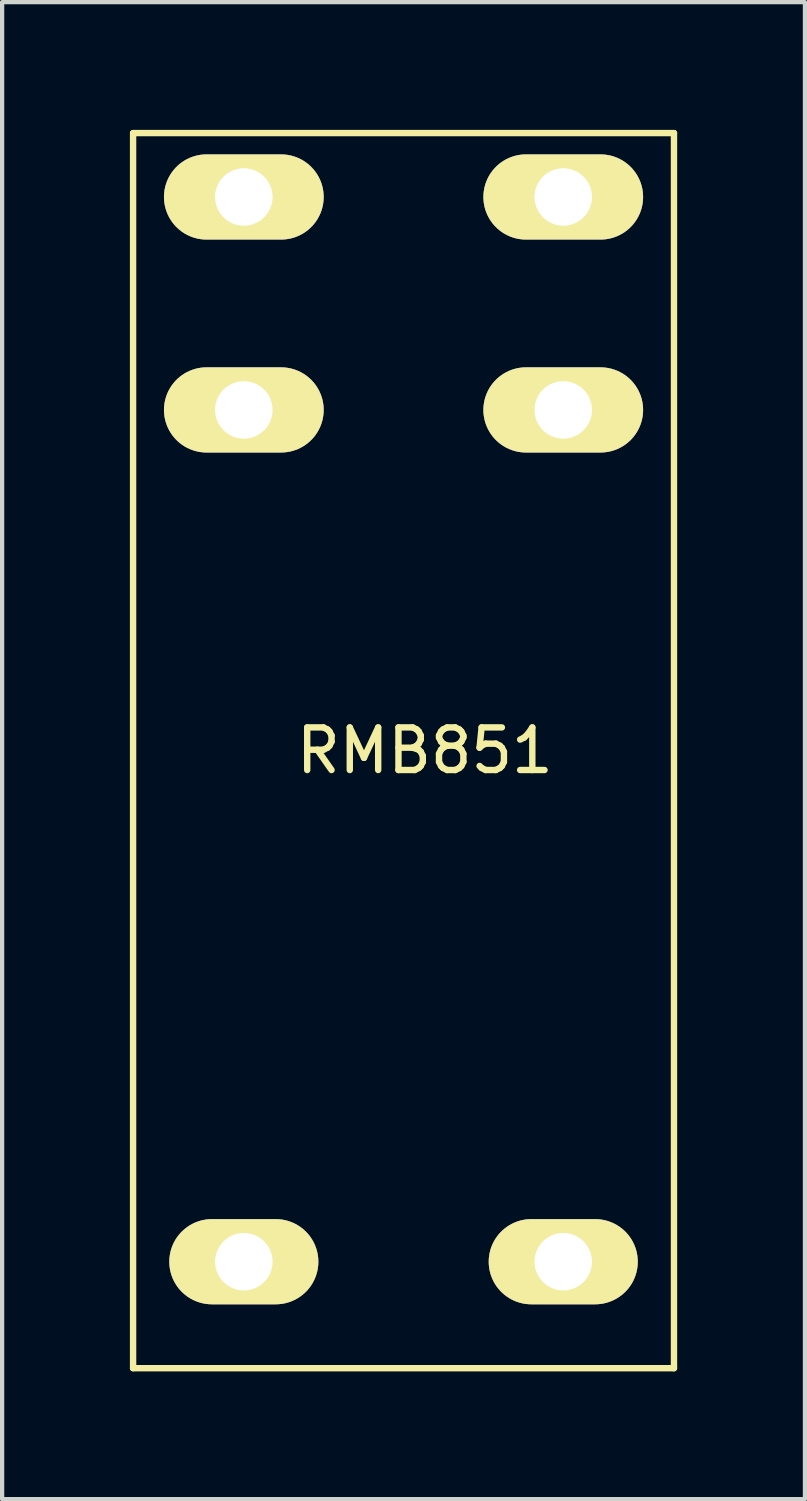
<source format=kicad_pcb>
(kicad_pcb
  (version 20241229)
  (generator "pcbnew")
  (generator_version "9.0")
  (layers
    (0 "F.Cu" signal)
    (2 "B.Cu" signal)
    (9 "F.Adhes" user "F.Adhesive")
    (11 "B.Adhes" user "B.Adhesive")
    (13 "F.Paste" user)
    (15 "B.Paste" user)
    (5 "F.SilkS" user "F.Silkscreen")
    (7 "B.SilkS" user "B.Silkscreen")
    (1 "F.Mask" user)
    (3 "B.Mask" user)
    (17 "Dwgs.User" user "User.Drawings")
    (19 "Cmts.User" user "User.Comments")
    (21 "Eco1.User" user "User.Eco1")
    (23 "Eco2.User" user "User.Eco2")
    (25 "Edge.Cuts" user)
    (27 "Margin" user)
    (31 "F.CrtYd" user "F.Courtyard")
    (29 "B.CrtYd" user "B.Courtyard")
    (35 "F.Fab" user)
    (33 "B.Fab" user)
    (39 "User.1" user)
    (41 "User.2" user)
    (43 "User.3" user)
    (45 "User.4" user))
  (footprint "RMB851"
    (layer "F.Cu")
    (at 6.425 14.575)
    (property "Reference" "RMB851" (at 0.5 0 0) (layer "F.SilkS") (effects (font (size 1 1) (thickness 0.15))))
    (attr through_hole)
    (fp_line (start -6.35 -14.5) (end -6.35 14.5) (stroke (width 0.15) (type solid)) (layer "F.SilkS"))
    (fp_line (start -6.35 -14.5) (end 6.35 -14.5) (stroke (width 0.15) (type solid)) (layer "F.SilkS"))
    (fp_line (start -6.35 14.5) (end 6.35 14.5) (stroke (width 0.15) (type solid)) (layer "F.SilkS"))
    (fp_line (start 6.35 -14.5) (end 6.35 14.5) (stroke (width 0.15) (type solid)) (layer "F.SilkS"))
    (pad "1" thru_hole oval (at -3.75 12) (size 3.5 2) (drill 1.35) (layers "*.Cu" "*.Mask" "F.SilkS"))
    (pad "2" thru_hole oval (at 3.75 12) (size 3.5 2) (drill 1.35) (layers "*.Cu" "*.Mask" "F.SilkS"))
    (pad "3" thru_hole oval (at -3.75 -8) (size 3.75 2) (drill 1.35) (layers "*.Cu" "*.Mask" "F.SilkS"))
    (pad "3" thru_hole oval (at 3.75 -8) (size 3.75 2) (drill 1.35) (layers "*.Cu" "*.Mask" "F.SilkS"))
    (pad "4" thru_hole oval (at -3.75 -13) (size 3.75 2) (drill 1.35) (layers "*.Cu" "*.Mask" "F.SilkS"))
    (pad "4" thru_hole oval (at 3.75 -13) (size 3.75 2) (drill 1.35) (layers "*.Cu" "*.Mask" "F.SilkS")))
  (gr_rect
    (start -3 -3)
    (end 15.85 32.15)
    (stroke (width 0.1) (type default))
    (fill no)
    (layer "Edge.Cuts")))
</source>
